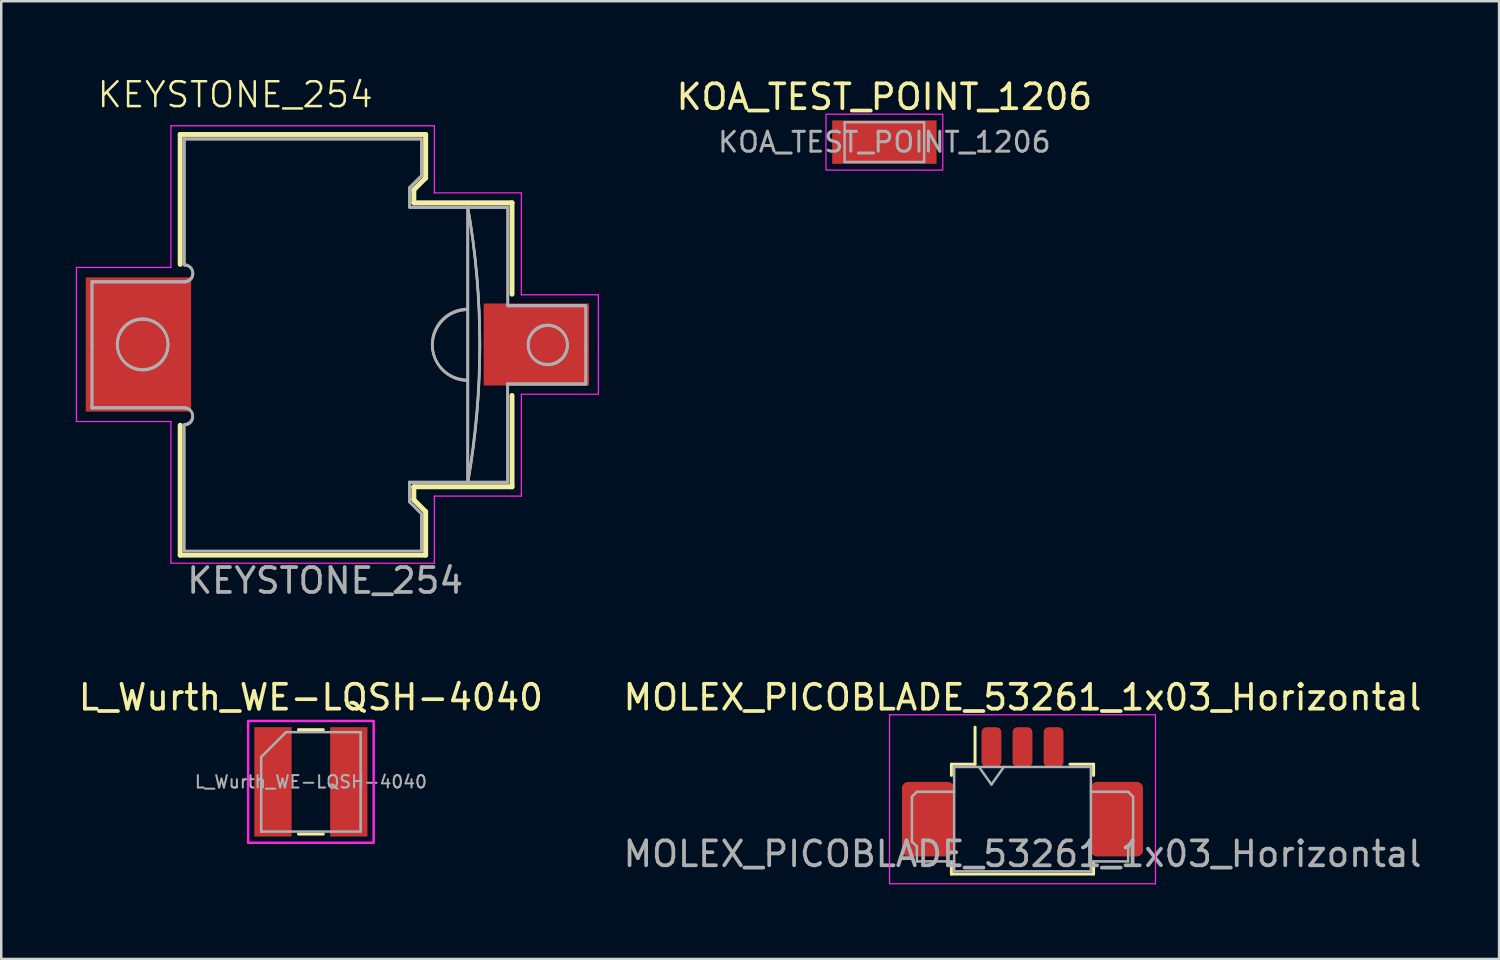
<source format=kicad_pcb>
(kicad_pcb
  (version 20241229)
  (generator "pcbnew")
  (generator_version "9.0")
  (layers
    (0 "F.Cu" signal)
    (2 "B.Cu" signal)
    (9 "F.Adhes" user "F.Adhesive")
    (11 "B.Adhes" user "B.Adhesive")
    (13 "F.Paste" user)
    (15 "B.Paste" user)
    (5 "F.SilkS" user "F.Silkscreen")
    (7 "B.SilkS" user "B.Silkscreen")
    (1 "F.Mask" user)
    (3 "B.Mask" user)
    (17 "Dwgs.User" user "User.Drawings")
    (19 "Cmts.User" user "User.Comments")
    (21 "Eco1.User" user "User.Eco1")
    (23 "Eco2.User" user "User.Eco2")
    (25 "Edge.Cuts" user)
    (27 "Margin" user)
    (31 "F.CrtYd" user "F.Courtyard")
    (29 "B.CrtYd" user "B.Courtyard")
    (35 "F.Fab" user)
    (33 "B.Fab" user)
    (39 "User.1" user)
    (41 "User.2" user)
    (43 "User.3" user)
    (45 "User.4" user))
  (footprint "KOA_TEST_POINT_1206"
    (layer "F.Cu")
    (at 32.532 2.668)
    (property "Reference" "KOA_TEST_POINT_1206" (at 0 -1.82 0) (layer "F.SilkS") (effects (font (size 1 1) (thickness 0.15))))
    (attr smd)
    (fp_rect (start -2.35 -1.125) (end 2.35 1.125) (stroke (width 0.05) (type default)) (fill no) (layer "F.CrtYd"))
    (fp_line (start -1.6 -0.8) (end 1.6 -0.8) (stroke (width 0.1) (type solid)) (layer "F.Fab"))
    (fp_line (start -1.6 0.8) (end -1.6 -0.8) (stroke (width 0.1) (type solid)) (layer "F.Fab"))
    (fp_line (start 1.6 -0.8) (end 1.6 0.8) (stroke (width 0.1) (type solid)) (layer "F.Fab"))
    (fp_line (start 1.6 0.8) (end -1.6 0.8) (stroke (width 0.1) (type solid)) (layer "F.Fab"))
    (fp_text user "${REFERENCE}" (at 0 0 0) (layer "F.Fab") (effects (font (size 0.8 0.8) (thickness 0.12))))
    (pad "1" smd rect (at 0 0) (size 4.2 1.75) (layers "F.Cu" "F.Mask" "F.Paste")))
  (footprint "L_Wurth_WE-LQSH-4040"
    (layer "F.Cu")
    (at 9.458 28.407)
    (property "Reference" "L_Wurth_WE-LQSH-4040" (at 0 -3.4 0) (unlocked yes) (layer "F.SilkS") (effects (font (size 1 1) (thickness 0.15))))
    (attr smd)
    (fp_line (start -0.5 -2.1) (end 0.5 -2.1) (stroke (width 0.12) (type solid)) (layer "F.SilkS"))
    (fp_line (start -0.5 2.1) (end 0.5 2.1) (stroke (width 0.12) (type solid)) (layer "F.SilkS"))
    (fp_rect (start -2.525 -2.45) (end 2.525 2.45) (stroke (width 0.1) (type solid)) (fill no) (layer "F.CrtYd"))
    (fp_line (start -2 -1) (end -2 2) (stroke (width 0.1) (type solid)) (layer "F.Fab"))
    (fp_line (start -2 2) (end 2 2) (stroke (width 0.1) (type solid)) (layer "F.Fab"))
    (fp_line (start -1 -2) (end -2 -1) (stroke (width 0.1) (type solid)) (layer "F.Fab"))
    (fp_line (start -1 -2) (end 2 -2) (stroke (width 0.1) (type solid)) (layer "F.Fab"))
    (fp_line (start 2 -2) (end 2 2) (stroke (width 0.1) (type solid)) (layer "F.Fab"))
    (fp_text user "${REFERENCE}" (at 0 0 0) (unlocked yes) (layer "F.Fab") (effects (font (size 0.5 0.5) (thickness 0.08))))
    (pad "1" smd rect (at -1.525 0) (size 1.5 4.4) (layers "F.Cu" "F.Mask" "F.Paste"))
    (pad "2" smd rect (at 1.525 0) (size 1.5 4.4) (layers "F.Cu" "F.Mask" "F.Paste")))
  (footprint "KEYSTONE_254"
    (layer "F.Cu")
    (at 10.525 10.81)
    (property "Reference" "KEYSTONE_254" (at -4.112 -10.05 0) (unlocked yes) (layer "F.SilkS") (effects (font (size 1 1) (thickness 0.1))))
    (attr smd)
    (fp_line (start -6.325 -8.45) (end -6.325 -3.225) (stroke (width 0.2) (type solid)) (layer "F.SilkS"))
    (fp_line (start -6.325 8.475) (end -6.325 3.25) (stroke (width 0.2) (type solid)) (layer "F.SilkS"))
    (fp_line (start 3.075 -6.225) (end 3.075 -5.7) (stroke (width 0.2) (type default)) (layer "F.SilkS"))
    (fp_line (start 3.075 -6.225) (end 3.55 -6.7) (stroke (width 0.2) (type default)) (layer "F.SilkS"))
    (fp_line (start 3.075 6.25) (end 3.075 5.725) (stroke (width 0.2) (type default)) (layer "F.SilkS"))
    (fp_line (start 3.075 6.25) (end 3.55 6.725) (stroke (width 0.2) (type default)) (layer "F.SilkS"))
    (fp_line (start 3.55 -8.45) (end -6.325 -8.45) (stroke (width 0.2) (type solid)) (layer "F.SilkS"))
    (fp_line (start 3.55 -8.45) (end 3.55 -6.7) (stroke (width 0.2) (type default)) (layer "F.SilkS"))
    (fp_line (start 3.55 8.475) (end -6.325 8.475) (stroke (width 0.2) (type solid)) (layer "F.SilkS"))
    (fp_line (start 3.55 8.475) (end 3.55 6.725) (stroke (width 0.2) (type default)) (layer "F.SilkS"))
    (fp_line (start 7.025 -5.7) (end 3.075 -5.7) (stroke (width 0.2) (type default)) (layer "F.SilkS"))
    (fp_line (start 7.025 -5.7) (end 7.025 -2.025) (stroke (width 0.2) (type default)) (layer "F.SilkS"))
    (fp_line (start 7.025 5.725) (end 3.075 5.725) (stroke (width 0.2) (type default)) (layer "F.SilkS"))
    (fp_line (start 7.025 5.725) (end 7.025 2.05) (stroke (width 0.2) (type default)) (layer "F.SilkS"))
    (fp_line (start -10.5 -3.1) (end -10.5 0) (stroke (width 0.05) (type default)) (layer "F.CrtYd"))
    (fp_line (start -10.5 -3.1) (end -6.7 -3.1) (stroke (width 0.05) (type default)) (layer "F.CrtYd"))
    (fp_line (start -10.5 3.1) (end -10.5 0) (stroke (width 0.05) (type default)) (layer "F.CrtYd"))
    (fp_line (start -10.5 3.1) (end -6.7 3.1) (stroke (width 0.05) (type default)) (layer "F.CrtYd"))
    (fp_line (start -6.7 -8.8) (end -6.7 -3.1) (stroke (width 0.05) (type default)) (layer "F.CrtYd"))
    (fp_line (start -6.7 -8.8) (end 3.9 -8.8) (stroke (width 0.05) (type default)) (layer "F.CrtYd"))
    (fp_line (start -6.7 8.8) (end -6.7 3.1) (stroke (width 0.05) (type default)) (layer "F.CrtYd"))
    (fp_line (start -6.7 8.8) (end 3.9 8.8) (stroke (width 0.05) (type default)) (layer "F.CrtYd"))
    (fp_line (start 3.9 -8.8) (end 3.9 -6.1) (stroke (width 0.05) (type default)) (layer "F.CrtYd"))
    (fp_line (start 3.9 -6.1) (end 7.4 -6.1) (stroke (width 0.05) (type default)) (layer "F.CrtYd"))
    (fp_line (start 3.9 6.1) (end 7.4 6.1) (stroke (width 0.05) (type default)) (layer "F.CrtYd"))
    (fp_line (start 3.9 8.8) (end 3.9 6.1) (stroke (width 0.05) (type default)) (layer "F.CrtYd"))
    (fp_line (start 7.4 -2) (end 7.4 -6.1) (stroke (width 0.05) (type default)) (layer "F.CrtYd"))
    (fp_line (start 7.4 2) (end 7.4 6.1) (stroke (width 0.05) (type default)) (layer "F.CrtYd"))
    (fp_line (start 10.5 -2) (end 7.4 -2) (stroke (width 0.05) (type default)) (layer "F.CrtYd"))
    (fp_line (start 10.5 -2) (end 10.5 0) (stroke (width 0.05) (type default)) (layer "F.CrtYd"))
    (fp_line (start 10.5 2) (end 7.4 2) (stroke (width 0.05) (type default)) (layer "F.CrtYd"))
    (fp_line (start 10.5 2) (end 10.5 0) (stroke (width 0.05) (type default)) (layer "F.CrtYd"))
    (fp_line (start -9.893 2.53) (end -6.178 2.53) (stroke (width 0.1) (type default)) (layer "F.Fab"))
    (fp_line (start -9.883 -2.54) (end -6.173 -2.54) (stroke (width 0.1) (type default)) (layer "F.Fab"))
    (fp_line (start -9.883 -0.01) (end -9.883 2.53) (stroke (width 0.1) (type default)) (layer "F.Fab"))
    (fp_line (start -9.883 0) (end -9.883 -2.54) (stroke (width 0.1) (type default)) (layer "F.Fab"))
    (fp_line (start -9.88 2.56) (end -6.165 2.56) (stroke (width 0.1) (type default)) (layer "F.Fab"))
    (fp_line (start -9.88 2.56) (end -6.165 2.56) (stroke (width 0.1) (type default)) (layer "F.Fab"))
    (fp_line (start -9.87 -2.51) (end -6.16 -2.51) (stroke (width 0.1) (type default)) (layer "F.Fab"))
    (fp_line (start -9.87 -2.51) (end -6.16 -2.51) (stroke (width 0.1) (type default)) (layer "F.Fab"))
    (fp_line (start -9.87 0.02) (end -9.87 2.56) (stroke (width 0.1) (type default)) (layer "F.Fab"))
    (fp_line (start -9.87 0.02) (end -9.87 2.56) (stroke (width 0.1) (type default)) (layer "F.Fab"))
    (fp_line (start -9.87 0.03) (end -9.87 -2.51) (stroke (width 0.1) (type default)) (layer "F.Fab"))
    (fp_line (start -9.87 0.03) (end -9.87 -2.51) (stroke (width 0.1) (type default)) (layer "F.Fab"))
    (fp_line (start -6.173 -8.29) (end 3.377 -8.29) (stroke (width 0.1) (type default)) (layer "F.Fab"))
    (fp_line (start -6.173 -3.22) (end -6.173 -8.29) (stroke (width 0.1) (type default)) (layer "F.Fab"))
    (fp_line (start -6.165 3.24) (end -6.165 8.31) (stroke (width 0.1) (type default)) (layer "F.Fab"))
    (fp_line (start -6.165 3.24) (end -6.165 8.31) (stroke (width 0.1) (type default)) (layer "F.Fab"))
    (fp_line (start -6.165 8.31) (end 3.385 8.31) (stroke (width 0.1) (type default)) (layer "F.Fab"))
    (fp_line (start -6.165 8.31) (end 3.385 8.31) (stroke (width 0.1) (type default)) (layer "F.Fab"))
    (fp_line (start -6.16 -8.26) (end 3.39 -8.26) (stroke (width 0.1) (type default)) (layer "F.Fab"))
    (fp_line (start -6.16 -8.26) (end 3.39 -8.26) (stroke (width 0.1) (type default)) (layer "F.Fab"))
    (fp_line (start -6.16 -3.19) (end -6.16 -8.26) (stroke (width 0.1) (type default)) (layer "F.Fab"))
    (fp_line (start -6.16 -3.19) (end -6.16 -8.26) (stroke (width 0.1) (type default)) (layer "F.Fab"))
    (fp_line (start 2.893 5.53) (end 3.373 5.53) (stroke (width 0.1) (type default)) (layer "F.Fab"))
    (fp_line (start 2.893 6.31) (end 2.893 5.53) (stroke (width 0.1) (type default)) (layer "F.Fab"))
    (fp_line (start 2.897 -6.32) (end 2.897 -5.54) (stroke (width 0.1) (type default)) (layer "F.Fab"))
    (fp_line (start 2.897 -5.54) (end 3.377 -5.54) (stroke (width 0.1) (type default)) (layer "F.Fab"))
    (fp_line (start 2.905 5.56) (end 3.385 5.56) (stroke (width 0.1) (type default)) (layer "F.Fab"))
    (fp_line (start 2.905 5.56) (end 3.385 5.56) (stroke (width 0.1) (type default)) (layer "F.Fab"))
    (fp_line (start 2.905 6.34) (end 2.905 5.56) (stroke (width 0.1) (type default)) (layer "F.Fab"))
    (fp_line (start 2.905 6.34) (end 2.905 5.56) (stroke (width 0.1) (type default)) (layer "F.Fab"))
    (fp_line (start 2.91 -6.29) (end 2.91 -5.51) (stroke (width 0.1) (type default)) (layer "F.Fab"))
    (fp_line (start 2.91 -6.29) (end 2.91 -5.51) (stroke (width 0.1) (type default)) (layer "F.Fab"))
    (fp_line (start 2.91 -5.51) (end 3.39 -5.51) (stroke (width 0.1) (type default)) (layer "F.Fab"))
    (fp_line (start 2.91 -5.51) (end 3.39 -5.51) (stroke (width 0.1) (type default)) (layer "F.Fab"))
    (fp_line (start 3.373 5.53) (end 6.843 5.53) (stroke (width 0.1) (type default)) (layer "F.Fab"))
    (fp_line (start 3.373 6.79) (end 2.893 6.31) (stroke (width 0.1) (type default)) (layer "F.Fab"))
    (fp_line (start 3.373 8.28) (end 3.373 6.79) (stroke (width 0.1) (type default)) (layer "F.Fab"))
    (fp_line (start 3.377 -8.29) (end 3.377 -6.8) (stroke (width 0.1) (type default)) (layer "F.Fab"))
    (fp_line (start 3.377 -6.8) (end 2.897 -6.32) (stroke (width 0.1) (type default)) (layer "F.Fab"))
    (fp_line (start 3.377 -5.54) (end 6.848 -5.54) (stroke (width 0.1) (type default)) (layer "F.Fab"))
    (fp_line (start 3.385 5.56) (end 6.855 5.56) (stroke (width 0.1) (type default)) (layer "F.Fab"))
    (fp_line (start 3.385 5.56) (end 6.855 5.56) (stroke (width 0.1) (type default)) (layer "F.Fab"))
    (fp_line (start 3.385 6.82) (end 2.905 6.34) (stroke (width 0.1) (type default)) (layer "F.Fab"))
    (fp_line (start 3.385 6.82) (end 2.905 6.34) (stroke (width 0.1) (type default)) (layer "F.Fab"))
    (fp_line (start 3.385 8.31) (end 3.385 6.82) (stroke (width 0.1) (type default)) (layer "F.Fab"))
    (fp_line (start 3.385 8.31) (end 3.385 6.82) (stroke (width 0.1) (type default)) (layer "F.Fab"))
    (fp_line (start 3.39 -8.26) (end 3.39 -6.77) (stroke (width 0.1) (type default)) (layer "F.Fab"))
    (fp_line (start 3.39 -8.26) (end 3.39 -6.77) (stroke (width 0.1) (type default)) (layer "F.Fab"))
    (fp_line (start 3.39 -6.77) (end 2.91 -6.29) (stroke (width 0.1) (type default)) (layer "F.Fab"))
    (fp_line (start 3.39 -6.77) (end 2.91 -6.29) (stroke (width 0.1) (type default)) (layer "F.Fab"))
    (fp_line (start 3.39 -5.51) (end 6.86 -5.51) (stroke (width 0.1) (type default)) (layer "F.Fab"))
    (fp_line (start 3.39 -5.51) (end 6.86 -5.51) (stroke (width 0.1) (type default)) (layer "F.Fab"))
    (fp_line (start 5.237 -5.54) (end 5.237 5.53) (stroke (width 0.1) (type default)) (layer "F.Fab"))
    (fp_line (start 5.25 -5.51) (end 5.25 5.56) (stroke (width 0.1) (type default)) (layer "F.Fab"))
    (fp_line (start 5.25 -5.51) (end 5.25 5.56) (stroke (width 0.1) (type default)) (layer "F.Fab"))
    (fp_line (start 6.843 1.57) (end 9.957 1.57) (stroke (width 0.1) (type default)) (layer "F.Fab"))
    (fp_line (start 6.843 5.53) (end 6.843 1.57) (stroke (width 0.1) (type default)) (layer "F.Fab"))
    (fp_line (start 6.848 -5.54) (end 6.848 -1.58) (stroke (width 0.1) (type default)) (layer "F.Fab"))
    (fp_line (start 6.848 -1.58) (end 9.957 -1.58) (stroke (width 0.1) (type default)) (layer "F.Fab"))
    (fp_line (start 6.855 1.6) (end 9.97 1.6) (stroke (width 0.1) (type default)) (layer "F.Fab"))
    (fp_line (start 6.855 1.6) (end 9.97 1.6) (stroke (width 0.1) (type default)) (layer "F.Fab"))
    (fp_line (start 6.855 5.56) (end 6.855 1.6) (stroke (width 0.1) (type default)) (layer "F.Fab"))
    (fp_line (start 6.855 5.56) (end 6.855 1.6) (stroke (width 0.1) (type default)) (layer "F.Fab"))
    (fp_line (start 6.86 -5.51) (end 6.86 -1.55) (stroke (width 0.1) (type default)) (layer "F.Fab"))
    (fp_line (start 6.86 -5.51) (end 6.86 -1.55) (stroke (width 0.1) (type default)) (layer "F.Fab"))
    (fp_line (start 6.86 -1.55) (end 9.97 -1.55) (stroke (width 0.1) (type default)) (layer "F.Fab"))
    (fp_line (start 6.86 -1.55) (end 9.97 -1.55) (stroke (width 0.1) (type default)) (layer "F.Fab"))
    (fp_line (start 9.988 -1.58) (end 9.988 0) (stroke (width 0.1) (type default)) (layer "F.Fab"))
    (fp_line (start 9.988 1.57) (end 9.988 -0.01) (stroke (width 0.1) (type default)) (layer "F.Fab"))
    (fp_line (start 10 -1.55) (end 10 0.03) (stroke (width 0.1) (type default)) (layer "F.Fab"))
    (fp_line (start 10 -1.55) (end 10 0.03) (stroke (width 0.1) (type default)) (layer "F.Fab"))
    (fp_line (start 10 1.6) (end 10 0.02) (stroke (width 0.1) (type default)) (layer "F.Fab"))
    (fp_line (start 10 1.6) (end 10 0.02) (stroke (width 0.1) (type default)) (layer "F.Fab"))
    (fp_arc (start -6.1675 2.529853) (mid -5.827353 2.87) (end -6.1675 3.210147) (stroke (width 0.1) (type default)) (layer "F.Fab"))
    (fp_arc (start -6.1625 -3.220147) (mid -5.822353 -2.88) (end -6.1625 -2.539853) (stroke (width 0.1) (type default)) (layer "F.Fab"))
    (fp_arc (start -6.155 2.559853) (mid -5.814853 2.9) (end -6.155 3.240147) (stroke (width 0.1) (type default)) (layer "F.Fab"))
    (fp_arc (start -6.155 2.559853) (mid -5.814853 2.9) (end -6.155 3.240147) (stroke (width 0.1) (type default)) (layer "F.Fab"))
    (fp_arc (start -6.15 -3.190147) (mid -5.809853 -2.85) (end -6.15 -2.509853) (stroke (width 0.1) (type default)) (layer "F.Fab"))
    (fp_arc (start -6.15 -3.190147) (mid -5.809853 -2.85) (end -6.15 -2.509853) (stroke (width 0.1) (type default)) (layer "F.Fab"))
    (fp_arc (start 5.2375 -5.54) (mid 5.72175 -0.005) (end 5.2375 5.53) (stroke (width 0.1) (type default)) (layer "F.Fab"))
    (fp_arc (start 5.2375 1.420561) (mid 3.811939 -0.005) (end 5.2375 -1.430561) (stroke (width 0.1) (type default)) (layer "F.Fab"))
    (fp_arc (start 5.25 -5.51) (mid 5.73425 0.025) (end 5.25 5.56) (stroke (width 0.1) (type default)) (layer "F.Fab"))
    (fp_arc (start 5.25 -5.51) (mid 5.73425 0.025) (end 5.25 5.56) (stroke (width 0.1) (type default)) (layer "F.Fab"))
    (fp_arc (start 5.25 1.450561) (mid 3.824439 0.025) (end 5.25 -1.400561) (stroke (width 0.1) (type default)) (layer "F.Fab"))
    (fp_arc (start 5.25 1.450561) (mid 3.824439 0.025) (end 5.25 -1.400561) (stroke (width 0.1) (type default)) (layer "F.Fab"))
    (fp_circle (center -7.843 -0.02) (end -6.822 -0.02) (stroke (width 0.1) (type default)) (fill no) (layer "F.Fab"))
    (fp_circle (center -7.83 0.01) (end -6.81 0.01) (stroke (width 0.1) (type default)) (fill no) (layer "F.Fab"))
    (fp_circle (center -7.83 0.01) (end -6.81 0.01) (stroke (width 0.1) (type default)) (fill no) (layer "F.Fab"))
    (fp_circle (center 8.457 0) (end 9.248 0) (stroke (width 0.1) (type default)) (fill no) (layer "F.Fab"))
    (fp_circle (center 8.47 0.03) (end 9.26 0.03) (stroke (width 0.1) (type default)) (fill no) (layer "F.Fab"))
    (fp_circle (center 8.47 0.03) (end 9.26 0.03) (stroke (width 0.1) (type default)) (fill no) (layer "F.Fab"))
    (fp_text user "${REFERENCE}" (at -0.492 9.5 0) (unlocked yes) (layer "F.Fab") (effects (font (size 1 1) (thickness 0.15))))
    (pad "1" smd rect (at -8.005 0) (size 4.24 5.4) (layers "F.Cu" "F.Mask" "F.Paste"))
    (pad "1" smd rect (at 8.005 0) (size 4.24 3.3) (layers "F.Cu" "F.Mask" "F.Paste")))
  (footprint "MOLEX_PICOBLADE_53261_1x03_Horizontal"
    (layer "F.Cu")
    (at 38.089 29.407)
    (property "Reference" "MOLEX_PICOBLADE_53261_1x03_Horizontal" (at 0 -4.4 0) (layer "F.SilkS") (effects (font (size 1 1) (thickness 0.15))))
    (attr smd)
    (fp_line (start -2.86 -1.71) (end -1.91 -1.71) (stroke (width 0.12) (type solid)) (layer "F.SilkS"))
    (fp_line (start -2.86 -1.26) (end -2.86 -1.71) (stroke (width 0.12) (type solid)) (layer "F.SilkS"))
    (fp_line (start -2.86 2.26) (end -2.86 2.71) (stroke (width 0.12) (type solid)) (layer "F.SilkS"))
    (fp_line (start -2.86 2.71) (end 2.86 2.71) (stroke (width 0.12) (type solid)) (layer "F.SilkS"))
    (fp_line (start -1.91 -1.71) (end -1.91 -3.2) (stroke (width 0.12) (type solid)) (layer "F.SilkS"))
    (fp_line (start 2.86 -1.71) (end 1.91 -1.71) (stroke (width 0.12) (type solid)) (layer "F.SilkS"))
    (fp_line (start 2.86 -1.26) (end 2.86 -1.71) (stroke (width 0.12) (type solid)) (layer "F.SilkS"))
    (fp_line (start 2.86 2.71) (end 2.86 2.26) (stroke (width 0.12) (type solid)) (layer "F.SilkS"))
    (fp_line (start -5.35 -3.7) (end -5.35 3.1) (stroke (width 0.05) (type solid)) (layer "F.CrtYd"))
    (fp_line (start -5.35 3.1) (end 5.35 3.1) (stroke (width 0.05) (type solid)) (layer "F.CrtYd"))
    (fp_line (start 5.35 -3.7) (end -5.35 -3.7) (stroke (width 0.05) (type solid)) (layer "F.CrtYd"))
    (fp_line (start 5.35 3.1) (end 5.35 -3.7) (stroke (width 0.05) (type solid)) (layer "F.CrtYd"))
    (fp_line (start -4.45 -0.4) (end -4.45 1.4) (stroke (width 0.1) (type solid)) (layer "F.Fab"))
    (fp_line (start -4.45 1.4) (end -4.25 1.6) (stroke (width 0.1) (type solid)) (layer "F.Fab"))
    (fp_line (start -4.25 -0.6) (end -4.45 -0.4) (stroke (width 0.1) (type solid)) (layer "F.Fab"))
    (fp_line (start -4.25 1.6) (end -4.25 2.2) (stroke (width 0.1) (type solid)) (layer "F.Fab"))
    (fp_line (start -4.25 2.2) (end -2.75 2.2) (stroke (width 0.1) (type solid)) (layer "F.Fab"))
    (fp_line (start -2.75 -1.6) (end -2.75 2.6) (stroke (width 0.1) (type solid)) (layer "F.Fab"))
    (fp_line (start -2.75 -1.6) (end 2.75 -1.6) (stroke (width 0.1) (type solid)) (layer "F.Fab"))
    (fp_line (start -2.75 -0.6) (end -4.25 -0.6) (stroke (width 0.1) (type solid)) (layer "F.Fab"))
    (fp_line (start -2.75 2.6) (end 2.75 2.6) (stroke (width 0.1) (type solid)) (layer "F.Fab"))
    (fp_line (start -1.75 -1.6) (end -1.25 -0.893) (stroke (width 0.1) (type solid)) (layer "F.Fab"))
    (fp_line (start -1.25 -0.893) (end -0.75 -1.6) (stroke (width 0.1) (type solid)) (layer "F.Fab"))
    (fp_line (start 2.75 -1.6) (end 2.75 2.6) (stroke (width 0.1) (type solid)) (layer "F.Fab"))
    (fp_line (start 2.75 -0.6) (end 4.25 -0.6) (stroke (width 0.1) (type solid)) (layer "F.Fab"))
    (fp_line (start 4.25 -0.6) (end 4.45 -0.4) (stroke (width 0.1) (type solid)) (layer "F.Fab"))
    (fp_line (start 4.25 1.6) (end 4.25 2.2) (stroke (width 0.1) (type solid)) (layer "F.Fab"))
    (fp_line (start 4.25 2.2) (end 2.75 2.2) (stroke (width 0.1) (type solid)) (layer "F.Fab"))
    (fp_line (start 4.45 -0.4) (end 4.45 1.4) (stroke (width 0.1) (type solid)) (layer "F.Fab"))
    (fp_line (start 4.45 1.4) (end 4.25 1.6) (stroke (width 0.1) (type solid)) (layer "F.Fab"))
    (fp_text user "${REFERENCE}" (at 0 1.9 0) (layer "F.Fab") (effects (font (size 1 1) (thickness 0.15))))
    (pad "1" smd roundrect (at -1.25 -2.4) (size 0.8 1.6) (layers "F.Cu" "F.Mask" "F.Paste") (roundrect_rratio 0.25))
    (pad "2" smd roundrect (at 0 -2.4) (size 0.8 1.6) (layers "F.Cu" "F.Mask" "F.Paste") (roundrect_rratio 0.25))
    (pad "3" smd roundrect (at 1.25 -2.4) (size 0.8 1.6) (layers "F.Cu" "F.Mask" "F.Paste") (roundrect_rratio 0.25))
    (pad "MP" smd roundrect (at -3.8 0.5) (size 2.1 3) (layers "F.Cu" "F.Mask" "F.Paste") (roundrect_rratio 0.119))
    (pad "MP" smd roundrect (at 3.8 0.5) (size 2.1 3) (layers "F.Cu" "F.Mask" "F.Paste") (roundrect_rratio 0.119)))
  (gr_rect
    (start -3 -3)
    (end 57.262 35.532)
    (stroke (width 0.1) (type default))
    (fill no)
    (layer "Edge.Cuts")))
</source>
